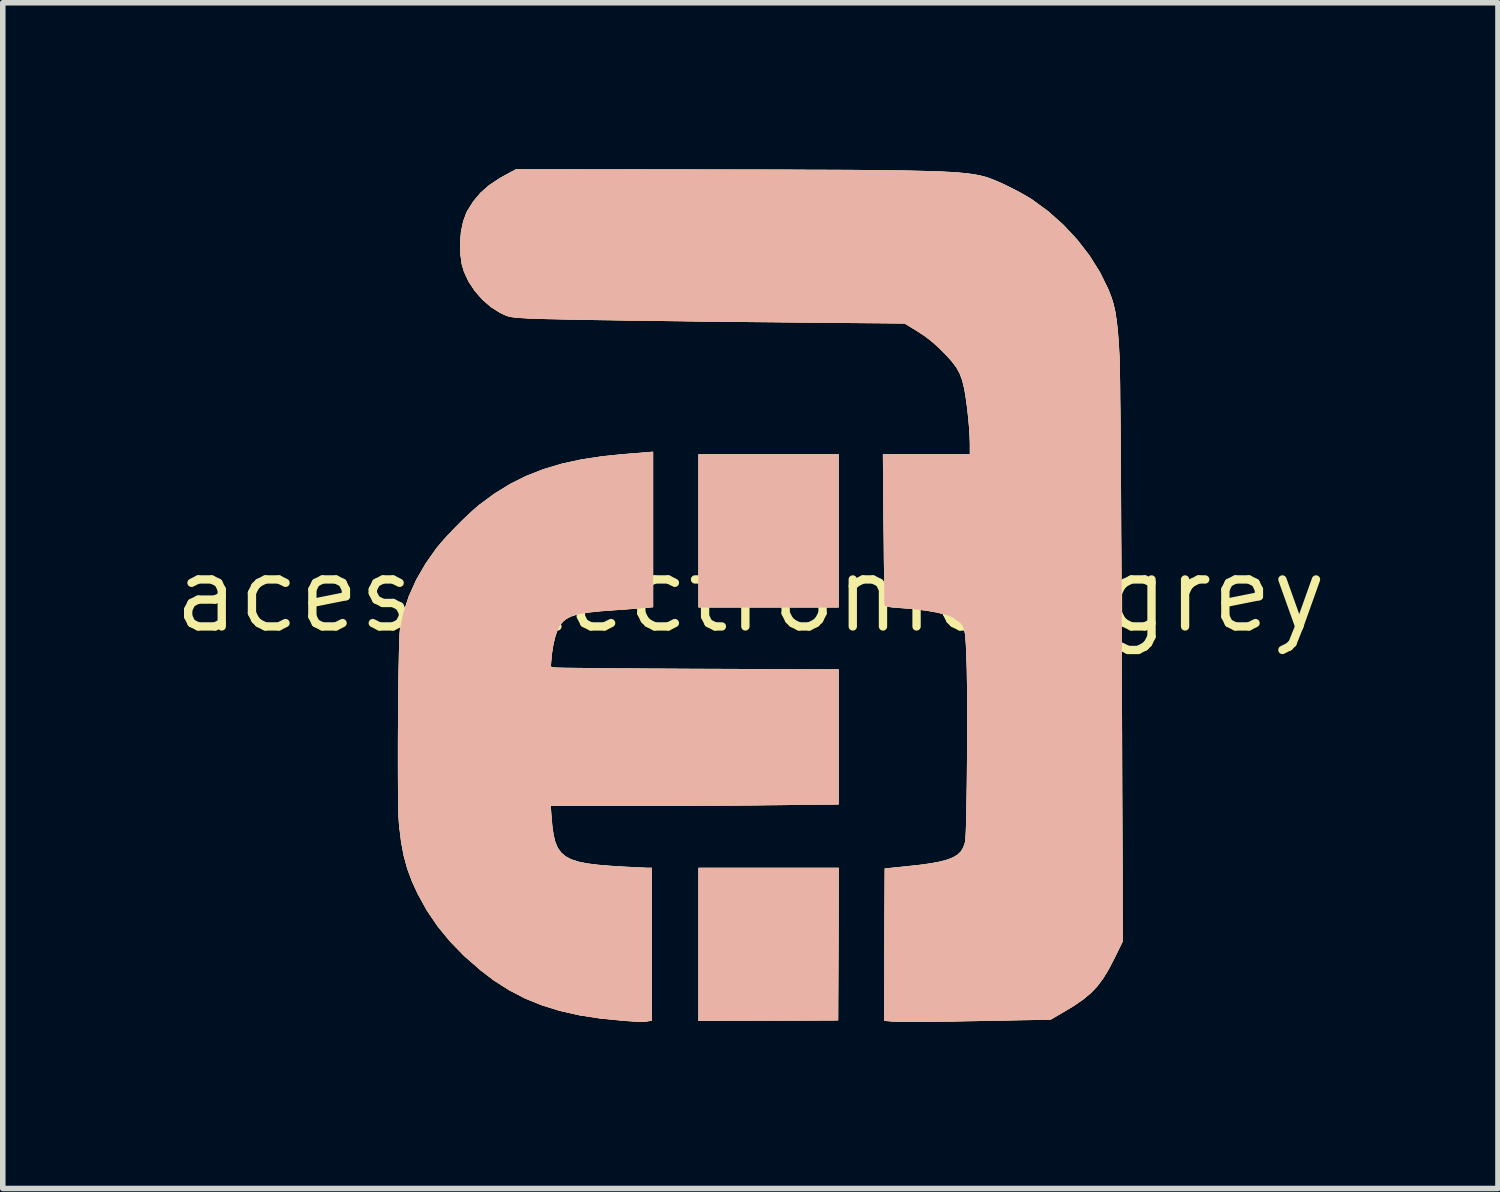
<source format=kicad_pcb>
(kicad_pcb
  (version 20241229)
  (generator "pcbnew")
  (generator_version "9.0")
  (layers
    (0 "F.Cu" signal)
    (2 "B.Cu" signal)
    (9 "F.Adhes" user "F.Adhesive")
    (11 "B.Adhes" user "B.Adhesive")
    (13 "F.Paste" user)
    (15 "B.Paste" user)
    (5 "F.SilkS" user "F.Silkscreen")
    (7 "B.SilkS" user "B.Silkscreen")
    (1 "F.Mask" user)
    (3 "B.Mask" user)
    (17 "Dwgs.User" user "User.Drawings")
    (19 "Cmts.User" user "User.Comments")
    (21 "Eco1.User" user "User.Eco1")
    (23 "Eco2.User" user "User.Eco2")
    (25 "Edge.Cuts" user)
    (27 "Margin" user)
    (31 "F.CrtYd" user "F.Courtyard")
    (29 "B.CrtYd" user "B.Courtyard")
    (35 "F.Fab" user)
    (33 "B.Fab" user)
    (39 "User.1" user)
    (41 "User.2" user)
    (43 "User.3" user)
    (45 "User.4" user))
  (footprint "aces_electronics_grey"
    (layer "F.Cu")
    (at 10.47 7.657)
    (property "Reference" "aces_electronics_grey" (at 0 0 0) (layer "F.SilkS") (effects (font (size 1.27 1.27) (thickness 0.15))))
    (attr through_hole)
    (fp_poly (pts (xy 1.587 0.233) (xy -0.931 0.233) (xy -0.931 -2.519) (xy 1.587 -2.519) (xy 1.587 0.233)) (stroke (width 0.01) (type solid)) (fill yes) (layer "F.SilkS"))
    (fp_poly (pts (xy 1.577 7.673) (xy 0.323 7.678) (xy -0.931 7.684) (xy -0.931 4.932) (xy 1.588 4.932) (xy 1.577 7.673)) (stroke (width 0.01) (type solid)) (fill yes) (layer "F.SilkS"))
    (fp_poly (pts (xy -1.757 0.229) (xy -1.889 0.241) (xy -1.95 0.246) (xy -2.045 0.254) (xy -2.165 0.263) (xy -2.301 0.273) (xy -2.446 0.283) (xy -2.487 0.286) (xy -2.703 0.302) (xy -2.882 0.321) (xy -3.027 0.342) (xy -3.144 0.367) (xy -3.237 0.398) (xy -3.31 0.436) (xy -3.37 0.482) (xy -3.419 0.538) (xy -3.439 0.567) (xy -3.482 0.652) (xy -3.521 0.769) (xy -3.554 0.908) (xy -3.578 1.058) (xy -3.586 1.135) (xy -3.601 1.307) (xy -3.531 1.323) (xy -3.501 1.325) (xy -3.431 1.327) (xy -3.325 1.329) (xy -3.184 1.331) (xy -3.012 1.333) (xy -2.811 1.336) (xy -2.584 1.338) (xy -2.333 1.34) (xy -2.061 1.342) (xy -1.771 1.344) (xy -1.466 1.345) (xy -1.148 1.347) (xy -0.937 1.348) (xy 1.587 1.358) (xy 1.587 3.782) (xy 0.365 3.796) (xy 0.105 3.799) (xy -0.189 3.801) (xy -0.506 3.803) (xy -0.838 3.805) (xy -1.175 3.807) (xy -1.508 3.809) (xy -1.828 3.809) (xy -2.125 3.81) (xy -2.229 3.81) (xy -3.602 3.81) (xy -3.588 4.006) (xy -3.572 4.184) (xy -3.55 4.336) (xy -3.519 4.464) (xy -3.474 4.57) (xy -3.413 4.656) (xy -3.333 4.725) (xy -3.229 4.78) (xy -3.099 4.822) (xy -2.94 4.854) (xy -2.748 4.878) (xy -2.519 4.897) (xy -2.307 4.91) (xy -2.178 4.917) (xy -2.059 4.923) (xy -1.958 4.928) (xy -1.884 4.931) (xy -1.847 4.932) (xy -1.778 4.932) (xy -1.778 7.678) (xy -1.857 7.691) (xy -1.922 7.699) (xy -1.974 7.702) (xy -1.979 7.701) (xy -2.016 7.699) (xy -2.085 7.694) (xy -2.177 7.688) (xy -2.275 7.681) (xy -2.693 7.641) (xy -3.076 7.582) (xy -3.429 7.503) (xy -3.755 7.402) (xy -4.061 7.278) (xy -4.348 7.128) (xy -4.622 6.953) (xy -4.856 6.775) (xy -5.15 6.518) (xy -5.406 6.256) (xy -5.629 5.985) (xy -5.823 5.7) (xy -5.989 5.4) (xy -6.094 5.172) (xy -6.178 4.946) (xy -6.242 4.713) (xy -6.289 4.463) (xy -6.323 4.185) (xy -6.331 4.092) (xy -6.335 4.014) (xy -6.339 3.9) (xy -6.342 3.755) (xy -6.344 3.582) (xy -6.345 3.386) (xy -6.346 3.172) (xy -6.346 2.943) (xy -6.346 2.704) (xy -6.345 2.459) (xy -6.343 2.213) (xy -6.341 1.969) (xy -6.339 1.733) (xy -6.336 1.508) (xy -6.333 1.299) (xy -6.329 1.11) (xy -6.325 0.945) (xy -6.32 0.81) (xy -6.316 0.707) (xy -6.311 0.641) (xy -6.31 0.635) (xy -6.25 0.34) (xy -6.152 0.04) (xy -6.017 -0.26) (xy -5.846 -0.555) (xy -5.655 -0.826) (xy -5.566 -0.933) (xy -5.454 -1.058) (xy -5.326 -1.192) (xy -5.193 -1.326) (xy -5.062 -1.451) (xy -4.942 -1.558) (xy -4.879 -1.611) (xy -4.608 -1.811) (xy -4.329 -1.983) (xy -4.037 -2.129) (xy -3.727 -2.25) (xy -3.396 -2.349) (xy -3.037 -2.427) (xy -2.648 -2.485) (xy -2.318 -2.518) (xy -2.198 -2.528) (xy -2.078 -2.537) (xy -1.973 -2.546) (xy -1.9 -2.552) (xy -1.757 -2.564) (xy -1.757 0.229)) (stroke (width 0.01) (type solid)) (fill yes) (layer "F.SilkS"))
    (fp_poly (pts (xy -0.751 -7.648) (xy -0.225 -7.647) (xy 0.261 -7.647) (xy 0.708 -7.646) (xy 1.118 -7.644) (xy 1.493 -7.643) (xy 1.835 -7.641) (xy 2.145 -7.638) (xy 2.426 -7.635) (xy 2.678 -7.632) (xy 2.905 -7.628) (xy 3.107 -7.623) (xy 3.287 -7.618) (xy 3.446 -7.612) (xy 3.587 -7.605) (xy 3.71 -7.597) (xy 3.818 -7.588) (xy 3.913 -7.578) (xy 3.996 -7.567) (xy 4.069 -7.555) (xy 4.134 -7.542) (xy 4.193 -7.528) (xy 4.248 -7.513) (xy 4.3 -7.496) (xy 4.304 -7.494) (xy 4.417 -7.45) (xy 4.553 -7.39) (xy 4.7 -7.318) (xy 4.846 -7.242) (xy 4.979 -7.167) (xy 5.069 -7.112) (xy 5.363 -6.897) (xy 5.637 -6.653) (xy 5.886 -6.386) (xy 6.107 -6.1) (xy 6.295 -5.8) (xy 6.447 -5.491) (xy 6.504 -5.343) (xy 6.54 -5.226) (xy 6.571 -5.088) (xy 6.596 -4.925) (xy 6.617 -4.733) (xy 6.634 -4.507) (xy 6.647 -4.265) (xy 6.65 -4.196) (xy 6.652 -4.087) (xy 6.654 -3.939) (xy 6.657 -3.755) (xy 6.659 -3.535) (xy 6.662 -3.284) (xy 6.664 -3.001) (xy 6.667 -2.689) (xy 6.669 -2.35) (xy 6.672 -1.986) (xy 6.674 -1.598) (xy 6.676 -1.19) (xy 6.679 -0.761) (xy 6.681 -0.316) (xy 6.683 0.146) (xy 6.685 0.621) (xy 6.687 1.108) (xy 6.687 1.237) (xy 6.705 6.253) (xy 6.559 6.55) (xy 6.456 6.75) (xy 6.355 6.917) (xy 6.25 7.058) (xy 6.132 7.182) (xy 5.995 7.296) (xy 5.832 7.409) (xy 5.668 7.508) (xy 5.408 7.66) (xy 4.223 7.682) (xy 3.913 7.688) (xy 3.642 7.693) (xy 3.408 7.696) (xy 3.207 7.699) (xy 3.036 7.7) (xy 2.892 7.7) (xy 2.773 7.7) (xy 2.675 7.698) (xy 2.595 7.695) (xy 2.53 7.691) (xy 2.503 7.689) (xy 2.413 7.681) (xy 2.418 6.313) (xy 2.424 4.944) (xy 2.805 4.906) (xy 3.045 4.88) (xy 3.247 4.852) (xy 3.413 4.821) (xy 3.548 4.785) (xy 3.654 4.743) (xy 3.736 4.694) (xy 3.796 4.635) (xy 3.838 4.566) (xy 3.866 4.484) (xy 3.873 4.454) (xy 3.878 4.407) (xy 3.883 4.323) (xy 3.888 4.205) (xy 3.892 4.057) (xy 3.896 3.884) (xy 3.899 3.689) (xy 3.902 3.478) (xy 3.905 3.253) (xy 3.907 3.019) (xy 3.909 2.781) (xy 3.91 2.543) (xy 3.91 2.309) (xy 3.91 2.083) (xy 3.909 1.869) (xy 3.908 1.671) (xy 3.905 1.494) (xy 3.902 1.342) (xy 3.9 1.248) (xy 3.893 1.064) (xy 3.887 0.917) (xy 3.879 0.802) (xy 3.87 0.713) (xy 3.857 0.645) (xy 3.84 0.594) (xy 3.818 0.554) (xy 3.79 0.519) (xy 3.754 0.484) (xy 3.737 0.469) (xy 3.651 0.415) (xy 3.524 0.366) (xy 3.358 0.324) (xy 3.155 0.289) (xy 2.915 0.26) (xy 2.65 0.24) (xy 2.55 0.231) (xy 2.475 0.221) (xy 2.432 0.209) (xy 2.423 0.203) (xy 2.422 0.178) (xy 2.42 0.115) (xy 2.418 0.017) (xy 2.416 -0.113) (xy 2.414 -0.271) (xy 2.412 -0.453) (xy 2.409 -0.655) (xy 2.407 -0.875) (xy 2.405 -1.107) (xy 2.404 -1.169) (xy 2.392 -2.519) (xy 3.958 -2.519) (xy 3.958 -2.71) (xy 3.954 -2.844) (xy 3.944 -3.006) (xy 3.928 -3.184) (xy 3.908 -3.365) (xy 3.885 -3.535) (xy 3.861 -3.681) (xy 3.854 -3.716) (xy 3.819 -3.858) (xy 3.774 -3.979) (xy 3.713 -4.089) (xy 3.629 -4.201) (xy 3.521 -4.319) (xy 3.391 -4.449) (xy 3.272 -4.555) (xy 3.152 -4.648) (xy 3.018 -4.737) (xy 2.947 -4.781) (xy 2.777 -4.883) (xy 1.256 -4.897) (xy 0.738 -4.902) (xy 0.238 -4.907) (xy -0.244 -4.912) (xy -0.705 -4.917) (xy -1.144 -4.922) (xy -1.558 -4.928) (xy -1.947 -4.933) (xy -2.309 -4.938) (xy -2.641 -4.943) (xy -2.943 -4.948) (xy -3.213 -4.953) (xy -3.448 -4.958) (xy -3.648 -4.962) (xy -3.81 -4.967) (xy -3.933 -4.971) (xy -4.011 -4.974) (xy -4.139 -4.982) (xy -4.233 -4.99) (xy -4.304 -4.998) (xy -4.359 -5.01) (xy -4.408 -5.027) (xy -4.46 -5.051) (xy -4.508 -5.074) (xy -4.672 -5.177) (xy -4.825 -5.31) (xy -4.962 -5.466) (xy -5.075 -5.636) (xy -5.157 -5.813) (xy -5.196 -5.944) (xy -5.223 -6.137) (xy -5.227 -6.336) (xy -5.21 -6.533) (xy -5.172 -6.714) (xy -5.115 -6.871) (xy -5.101 -6.898) (xy -4.99 -7.076) (xy -4.86 -7.231) (xy -4.704 -7.368) (xy -4.514 -7.494) (xy -4.417 -7.548) (xy -4.223 -7.652) (xy -0.751 -7.648)) (stroke (width 0.01) (type solid)) (fill yes) (layer "F.SilkS"))
    (fp_poly (pts (xy 1.587 0.233) (xy -0.931 0.233) (xy -0.931 -2.519) (xy 1.587 -2.519) (xy 1.587 0.233)) (stroke (width 0.01) (type solid)) (fill yes) (layer "B.SilkS"))
    (fp_poly (pts (xy 1.577 7.673) (xy 0.323 7.678) (xy -0.931 7.684) (xy -0.931 4.932) (xy 1.588 4.932) (xy 1.577 7.673)) (stroke (width 0.01) (type solid)) (fill yes) (layer "B.SilkS"))
    (fp_poly (pts (xy -1.757 0.229) (xy -1.889 0.241) (xy -1.95 0.246) (xy -2.045 0.254) (xy -2.165 0.263) (xy -2.301 0.273) (xy -2.446 0.283) (xy -2.487 0.286) (xy -2.703 0.302) (xy -2.882 0.321) (xy -3.027 0.342) (xy -3.144 0.367) (xy -3.237 0.398) (xy -3.31 0.436) (xy -3.37 0.482) (xy -3.419 0.538) (xy -3.439 0.567) (xy -3.482 0.652) (xy -3.521 0.769) (xy -3.554 0.908) (xy -3.578 1.058) (xy -3.586 1.135) (xy -3.601 1.307) (xy -3.531 1.323) (xy -3.501 1.325) (xy -3.431 1.327) (xy -3.325 1.329) (xy -3.184 1.331) (xy -3.012 1.333) (xy -2.811 1.336) (xy -2.584 1.338) (xy -2.333 1.34) (xy -2.061 1.342) (xy -1.771 1.344) (xy -1.466 1.345) (xy -1.148 1.347) (xy -0.937 1.348) (xy 1.587 1.358) (xy 1.587 3.782) (xy 0.365 3.796) (xy 0.105 3.799) (xy -0.189 3.801) (xy -0.506 3.803) (xy -0.838 3.805) (xy -1.175 3.807) (xy -1.508 3.809) (xy -1.828 3.809) (xy -2.125 3.81) (xy -2.229 3.81) (xy -3.602 3.81) (xy -3.588 4.006) (xy -3.572 4.184) (xy -3.55 4.336) (xy -3.519 4.464) (xy -3.474 4.57) (xy -3.413 4.656) (xy -3.333 4.725) (xy -3.229 4.78) (xy -3.099 4.822) (xy -2.94 4.854) (xy -2.748 4.878) (xy -2.519 4.897) (xy -2.307 4.91) (xy -2.178 4.917) (xy -2.059 4.923) (xy -1.958 4.928) (xy -1.884 4.931) (xy -1.847 4.932) (xy -1.778 4.932) (xy -1.778 7.678) (xy -1.857 7.691) (xy -1.922 7.699) (xy -1.974 7.702) (xy -1.979 7.701) (xy -2.016 7.699) (xy -2.085 7.694) (xy -2.177 7.688) (xy -2.275 7.681) (xy -2.693 7.641) (xy -3.076 7.582) (xy -3.429 7.503) (xy -3.755 7.402) (xy -4.061 7.278) (xy -4.348 7.128) (xy -4.622 6.953) (xy -4.856 6.775) (xy -5.15 6.518) (xy -5.406 6.256) (xy -5.629 5.985) (xy -5.823 5.7) (xy -5.989 5.4) (xy -6.094 5.172) (xy -6.178 4.946) (xy -6.242 4.713) (xy -6.289 4.463) (xy -6.323 4.185) (xy -6.331 4.092) (xy -6.335 4.014) (xy -6.339 3.9) (xy -6.342 3.755) (xy -6.344 3.582) (xy -6.345 3.386) (xy -6.346 3.172) (xy -6.346 2.943) (xy -6.346 2.704) (xy -6.345 2.459) (xy -6.343 2.213) (xy -6.341 1.969) (xy -6.339 1.733) (xy -6.336 1.508) (xy -6.333 1.299) (xy -6.329 1.11) (xy -6.325 0.945) (xy -6.32 0.81) (xy -6.316 0.707) (xy -6.311 0.641) (xy -6.31 0.635) (xy -6.25 0.34) (xy -6.152 0.04) (xy -6.017 -0.26) (xy -5.846 -0.555) (xy -5.655 -0.826) (xy -5.566 -0.933) (xy -5.454 -1.058) (xy -5.326 -1.192) (xy -5.193 -1.326) (xy -5.062 -1.451) (xy -4.942 -1.558) (xy -4.879 -1.611) (xy -4.608 -1.811) (xy -4.329 -1.983) (xy -4.037 -2.129) (xy -3.727 -2.25) (xy -3.396 -2.349) (xy -3.037 -2.427) (xy -2.648 -2.485) (xy -2.318 -2.518) (xy -2.198 -2.528) (xy -2.078 -2.537) (xy -1.973 -2.546) (xy -1.9 -2.552) (xy -1.757 -2.564) (xy -1.757 0.229)) (stroke (width 0.01) (type solid)) (fill yes) (layer "B.SilkS"))
    (fp_poly (pts (xy -0.751 -7.648) (xy -0.225 -7.647) (xy 0.261 -7.647) (xy 0.708 -7.646) (xy 1.118 -7.644) (xy 1.493 -7.643) (xy 1.835 -7.641) (xy 2.145 -7.638) (xy 2.426 -7.635) (xy 2.678 -7.632) (xy 2.905 -7.628) (xy 3.107 -7.623) (xy 3.287 -7.618) (xy 3.446 -7.612) (xy 3.587 -7.605) (xy 3.71 -7.597) (xy 3.818 -7.588) (xy 3.913 -7.578) (xy 3.996 -7.567) (xy 4.069 -7.555) (xy 4.134 -7.542) (xy 4.193 -7.528) (xy 4.248 -7.513) (xy 4.3 -7.496) (xy 4.304 -7.494) (xy 4.417 -7.45) (xy 4.553 -7.39) (xy 4.7 -7.318) (xy 4.846 -7.242) (xy 4.979 -7.167) (xy 5.069 -7.112) (xy 5.363 -6.897) (xy 5.637 -6.653) (xy 5.886 -6.386) (xy 6.107 -6.1) (xy 6.295 -5.8) (xy 6.447 -5.491) (xy 6.504 -5.343) (xy 6.54 -5.226) (xy 6.571 -5.088) (xy 6.596 -4.925) (xy 6.617 -4.733) (xy 6.634 -4.507) (xy 6.647 -4.265) (xy 6.65 -4.196) (xy 6.652 -4.087) (xy 6.654 -3.939) (xy 6.657 -3.755) (xy 6.659 -3.535) (xy 6.662 -3.284) (xy 6.664 -3.001) (xy 6.667 -2.689) (xy 6.669 -2.35) (xy 6.672 -1.986) (xy 6.674 -1.598) (xy 6.676 -1.19) (xy 6.679 -0.761) (xy 6.681 -0.316) (xy 6.683 0.146) (xy 6.685 0.621) (xy 6.687 1.108) (xy 6.687 1.237) (xy 6.705 6.253) (xy 6.559 6.55) (xy 6.456 6.75) (xy 6.355 6.917) (xy 6.25 7.058) (xy 6.132 7.182) (xy 5.995 7.296) (xy 5.832 7.409) (xy 5.668 7.508) (xy 5.408 7.66) (xy 4.223 7.682) (xy 3.913 7.688) (xy 3.642 7.693) (xy 3.408 7.696) (xy 3.207 7.699) (xy 3.036 7.7) (xy 2.892 7.7) (xy 2.773 7.7) (xy 2.675 7.698) (xy 2.595 7.695) (xy 2.53 7.691) (xy 2.503 7.689) (xy 2.413 7.681) (xy 2.418 6.313) (xy 2.424 4.944) (xy 2.805 4.906) (xy 3.045 4.88) (xy 3.247 4.852) (xy 3.413 4.821) (xy 3.548 4.785) (xy 3.654 4.743) (xy 3.736 4.694) (xy 3.796 4.635) (xy 3.838 4.566) (xy 3.866 4.484) (xy 3.873 4.454) (xy 3.878 4.407) (xy 3.883 4.323) (xy 3.888 4.205) (xy 3.892 4.057) (xy 3.896 3.884) (xy 3.899 3.689) (xy 3.902 3.478) (xy 3.905 3.253) (xy 3.907 3.019) (xy 3.909 2.781) (xy 3.91 2.543) (xy 3.91 2.309) (xy 3.91 2.083) (xy 3.909 1.869) (xy 3.908 1.671) (xy 3.905 1.494) (xy 3.902 1.342) (xy 3.9 1.248) (xy 3.893 1.064) (xy 3.887 0.917) (xy 3.879 0.802) (xy 3.87 0.713) (xy 3.857 0.645) (xy 3.84 0.594) (xy 3.818 0.554) (xy 3.79 0.519) (xy 3.754 0.484) (xy 3.737 0.469) (xy 3.651 0.415) (xy 3.524 0.366) (xy 3.358 0.324) (xy 3.155 0.289) (xy 2.915 0.26) (xy 2.65 0.24) (xy 2.55 0.231) (xy 2.475 0.221) (xy 2.432 0.209) (xy 2.423 0.203) (xy 2.422 0.178) (xy 2.42 0.115) (xy 2.418 0.017) (xy 2.416 -0.113) (xy 2.414 -0.271) (xy 2.412 -0.453) (xy 2.409 -0.655) (xy 2.407 -0.875) (xy 2.405 -1.107) (xy 2.404 -1.169) (xy 2.392 -2.519) (xy 3.958 -2.519) (xy 3.958 -2.71) (xy 3.954 -2.844) (xy 3.944 -3.006) (xy 3.928 -3.184) (xy 3.908 -3.365) (xy 3.885 -3.535) (xy 3.861 -3.681) (xy 3.854 -3.716) (xy 3.819 -3.858) (xy 3.774 -3.979) (xy 3.713 -4.089) (xy 3.629 -4.201) (xy 3.521 -4.319) (xy 3.391 -4.449) (xy 3.272 -4.555) (xy 3.152 -4.648) (xy 3.018 -4.737) (xy 2.947 -4.781) (xy 2.777 -4.883) (xy 1.256 -4.897) (xy 0.738 -4.902) (xy 0.238 -4.907) (xy -0.244 -4.912) (xy -0.705 -4.917) (xy -1.144 -4.922) (xy -1.558 -4.928) (xy -1.947 -4.933) (xy -2.309 -4.938) (xy -2.641 -4.943) (xy -2.943 -4.948) (xy -3.213 -4.953) (xy -3.448 -4.958) (xy -3.648 -4.962) (xy -3.81 -4.967) (xy -3.933 -4.971) (xy -4.011 -4.974) (xy -4.139 -4.982) (xy -4.233 -4.99) (xy -4.304 -4.998) (xy -4.359 -5.01) (xy -4.408 -5.027) (xy -4.46 -5.051) (xy -4.508 -5.074) (xy -4.672 -5.177) (xy -4.825 -5.31) (xy -4.962 -5.466) (xy -5.075 -5.636) (xy -5.157 -5.813) (xy -5.196 -5.944) (xy -5.223 -6.137) (xy -5.227 -6.336) (xy -5.21 -6.533) (xy -5.172 -6.714) (xy -5.115 -6.871) (xy -5.101 -6.898) (xy -4.99 -7.076) (xy -4.86 -7.231) (xy -4.704 -7.368) (xy -4.514 -7.494) (xy -4.417 -7.548) (xy -4.223 -7.652) (xy -0.751 -7.648)) (stroke (width 0.01) (type solid)) (fill yes) (layer "B.SilkS")))
  (gr_rect
    (start -3 -3)
    (end 23.939 18.363)
    (stroke (width 0.1) (type default))
    (fill no)
    (layer "Edge.Cuts")))
</source>
